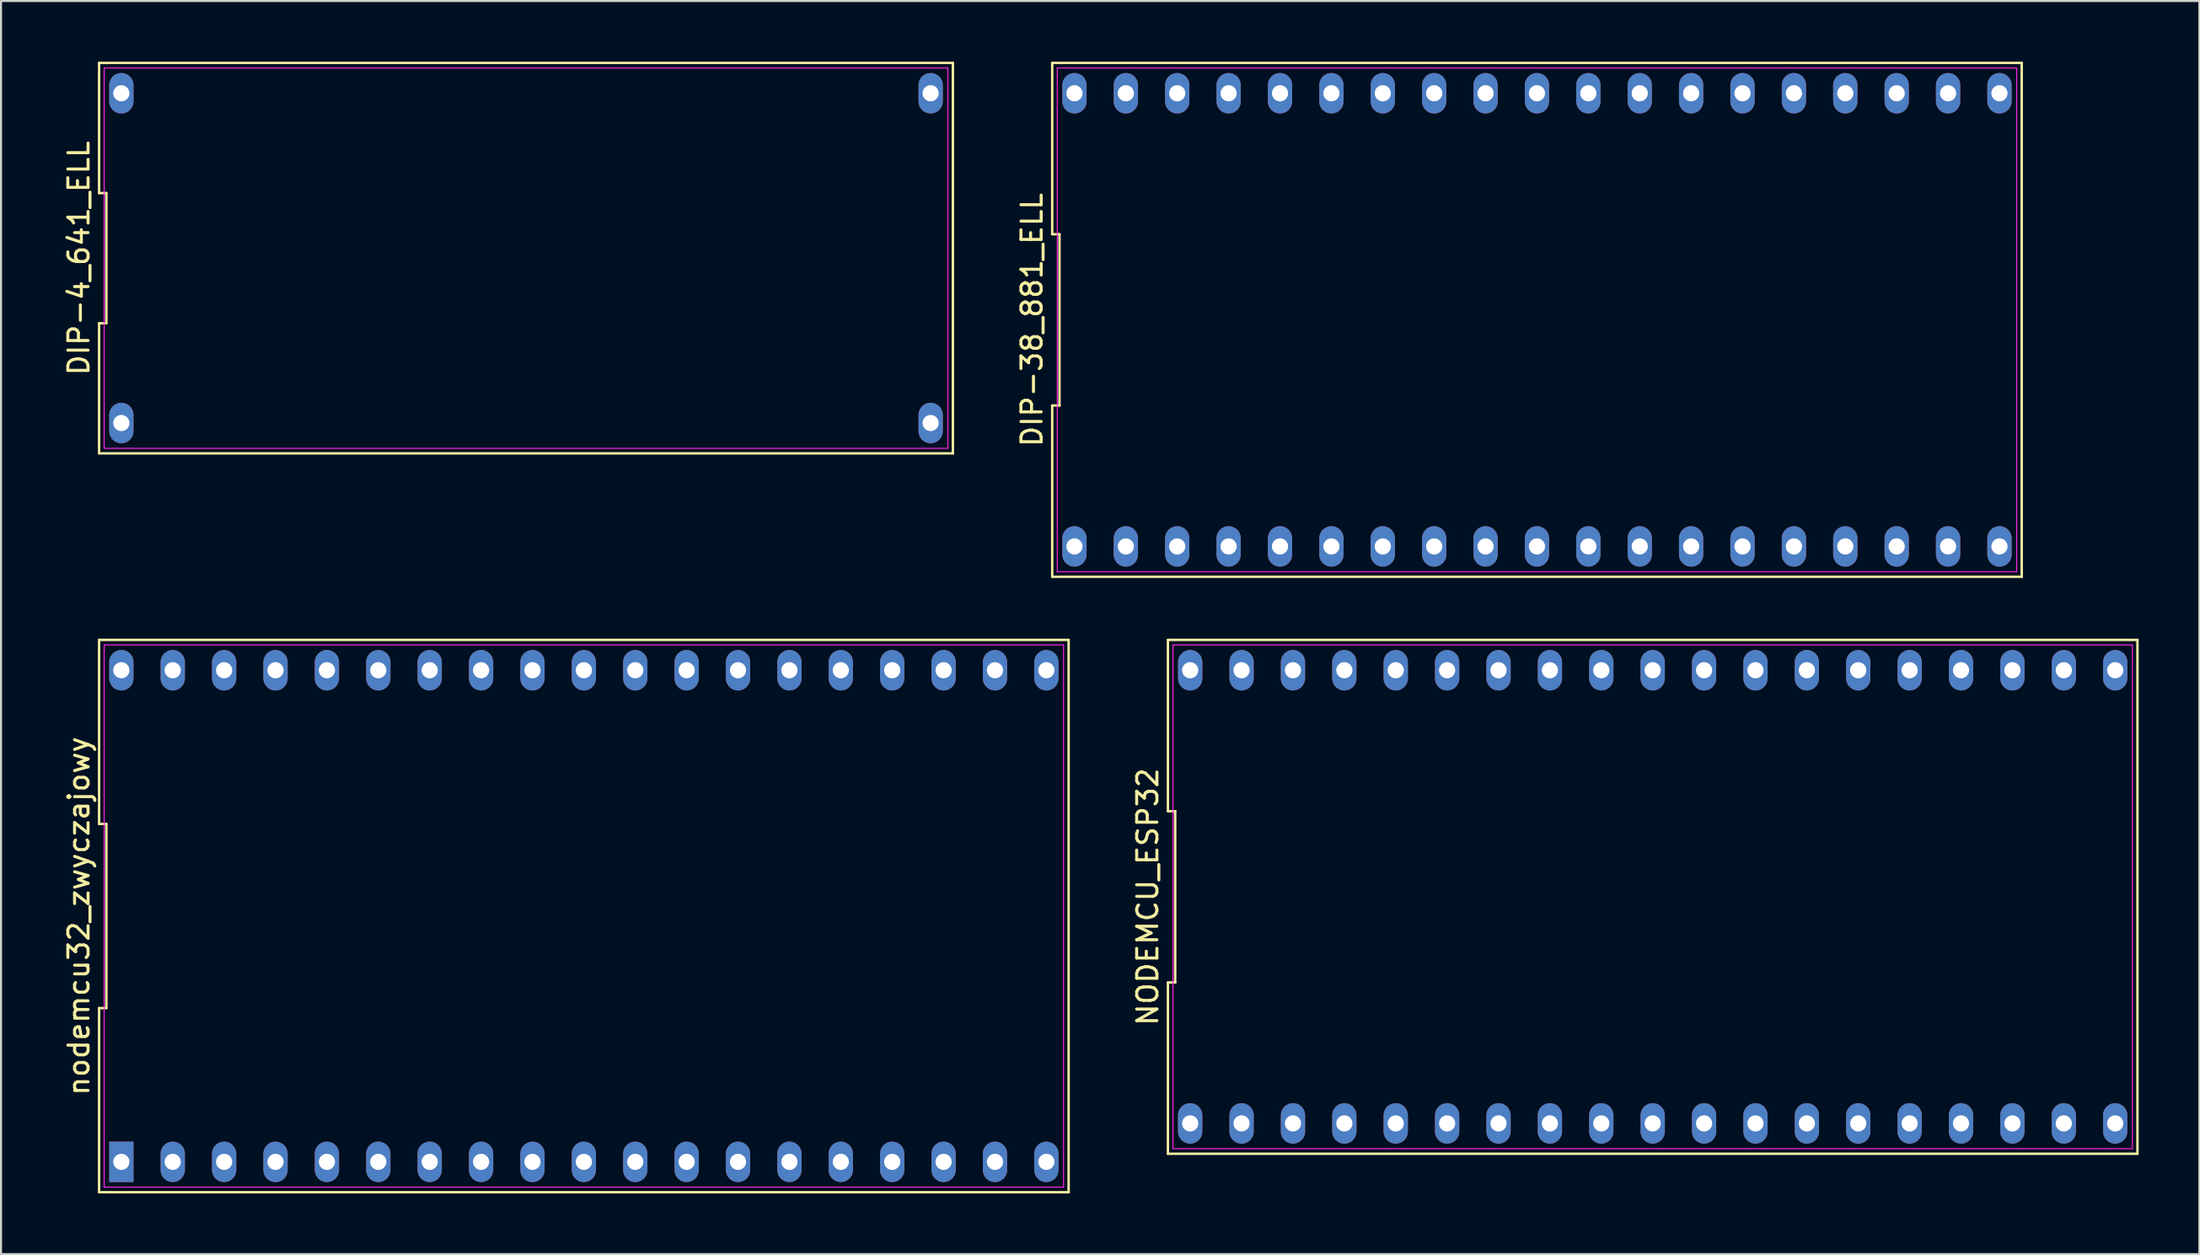
<source format=kicad_pcb>
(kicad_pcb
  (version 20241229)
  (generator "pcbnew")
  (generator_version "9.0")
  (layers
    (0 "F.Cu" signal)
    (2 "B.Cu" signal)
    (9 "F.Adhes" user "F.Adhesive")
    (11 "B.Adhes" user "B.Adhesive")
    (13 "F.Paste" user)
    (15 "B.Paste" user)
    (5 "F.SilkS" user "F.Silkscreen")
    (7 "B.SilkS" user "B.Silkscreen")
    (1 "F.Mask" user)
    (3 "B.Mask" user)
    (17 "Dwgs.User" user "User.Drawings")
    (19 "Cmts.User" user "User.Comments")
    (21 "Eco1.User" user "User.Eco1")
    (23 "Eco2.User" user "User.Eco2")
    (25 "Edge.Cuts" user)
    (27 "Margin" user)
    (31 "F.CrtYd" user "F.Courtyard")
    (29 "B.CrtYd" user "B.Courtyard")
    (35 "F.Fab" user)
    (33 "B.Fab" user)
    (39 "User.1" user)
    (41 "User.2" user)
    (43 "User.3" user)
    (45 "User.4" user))
  (footprint "NODEMCU_ESP32"
    (layer "F.Cu")
    (at 78.636 41.28)
    (property "Reference" "NODEMCU_ESP32" (at -24.96 0 90) (layer "F.SilkS") (effects (font (size 1 1) (thickness 0.15))))
    (attr through_hole)
    (fp_line (start -23.96 -12.7) (end -23.96 -4.233) (stroke (width 0.12) (type solid)) (layer "F.SilkS"))
    (fp_line (start -23.96 -4.233) (end -23.6 -4.233) (stroke (width 0.12) (type solid)) (layer "F.SilkS"))
    (fp_line (start -23.96 4.233) (end -23.96 12.7) (stroke (width 0.12) (type solid)) (layer "F.SilkS"))
    (fp_line (start -23.96 12.7) (end 23.96 12.7) (stroke (width 0.12) (type solid)) (layer "F.SilkS"))
    (fp_line (start -23.6 -4.233) (end -23.6 4.233) (stroke (width 0.12) (type solid)) (layer "F.SilkS"))
    (fp_line (start -23.6 4.233) (end -23.96 4.233) (stroke (width 0.12) (type solid)) (layer "F.SilkS"))
    (fp_line (start 23.96 -12.7) (end -23.96 -12.7) (stroke (width 0.12) (type solid)) (layer "F.SilkS"))
    (fp_line (start 23.96 12.7) (end 23.96 -12.7) (stroke (width 0.12) (type solid)) (layer "F.SilkS"))
    (fp_line (start -23.71 -12.45) (end 23.71 -12.45) (stroke (width 0.05) (type solid)) (layer "F.CrtYd"))
    (fp_line (start -23.71 12.45) (end -23.71 -12.45) (stroke (width 0.05) (type solid)) (layer "F.CrtYd"))
    (fp_line (start 23.71 -12.45) (end 23.71 12.45) (stroke (width 0.05) (type solid)) (layer "F.CrtYd"))
    (fp_line (start 23.71 12.45) (end -23.71 12.45) (stroke (width 0.05) (type solid)) (layer "F.CrtYd"))
    (pad "1" thru_hole oval (at -22.86 11.2) (size 1.2 2) (drill 0.8) (layers "*.Cu" "*.Mask"))
    (pad "2" thru_hole oval (at -20.32 11.2) (size 1.2 2) (drill 0.8) (layers "*.Cu" "*.Mask"))
    (pad "3" thru_hole oval (at -17.78 11.2) (size 1.2 2) (drill 0.8) (layers "*.Cu" "*.Mask"))
    (pad "4" thru_hole oval (at -15.24 11.2) (size 1.2 2) (drill 0.8) (layers "*.Cu" "*.Mask"))
    (pad "5" thru_hole oval (at -12.7 11.2) (size 1.2 2) (drill 0.8) (layers "*.Cu" "*.Mask"))
    (pad "6" thru_hole oval (at -10.16 11.2) (size 1.2 2) (drill 0.8) (layers "*.Cu" "*.Mask"))
    (pad "7" thru_hole oval (at -7.62 11.2) (size 1.2 2) (drill 0.8) (layers "*.Cu" "*.Mask"))
    (pad "8" thru_hole oval (at -5.08 11.2) (size 1.2 2) (drill 0.8) (layers "*.Cu" "*.Mask"))
    (pad "9" thru_hole oval (at -2.54 11.2) (size 1.2 2) (drill 0.8) (layers "*.Cu" "*.Mask"))
    (pad "10" thru_hole oval (at 0 11.2) (size 1.2 2) (drill 0.8) (layers "*.Cu" "*.Mask"))
    (pad "11" thru_hole oval (at 2.54 11.2) (size 1.2 2) (drill 0.8) (layers "*.Cu" "*.Mask"))
    (pad "12" thru_hole oval (at 5.08 11.2) (size 1.2 2) (drill 0.8) (layers "*.Cu" "*.Mask"))
    (pad "13" thru_hole oval (at 7.62 11.2) (size 1.2 2) (drill 0.8) (layers "*.Cu" "*.Mask"))
    (pad "14" thru_hole oval (at 10.16 11.2) (size 1.2 2) (drill 0.8) (layers "*.Cu" "*.Mask"))
    (pad "15" thru_hole oval (at 12.7 11.2) (size 1.2 2) (drill 0.8) (layers "*.Cu" "*.Mask"))
    (pad "16" thru_hole oval (at 15.24 11.2) (size 1.2 2) (drill 0.8) (layers "*.Cu" "*.Mask"))
    (pad "17" thru_hole oval (at 17.78 11.2) (size 1.2 2) (drill 0.8) (layers "*.Cu" "*.Mask"))
    (pad "18" thru_hole oval (at 20.32 11.2) (size 1.2 2) (drill 0.8) (layers "*.Cu" "*.Mask"))
    (pad "19" thru_hole oval (at 22.86 11.2) (size 1.2 2) (drill 0.8) (layers "*.Cu" "*.Mask"))
    (pad "20" thru_hole oval (at 22.86 -11.2) (size 1.2 2) (drill 0.8) (layers "*.Cu" "*.Mask"))
    (pad "21" thru_hole oval (at 20.32 -11.2) (size 1.2 2) (drill 0.8) (layers "*.Cu" "*.Mask"))
    (pad "22" thru_hole oval (at 17.78 -11.2) (size 1.2 2) (drill 0.8) (layers "*.Cu" "*.Mask"))
    (pad "23" thru_hole oval (at 15.24 -11.2) (size 1.2 2) (drill 0.8) (layers "*.Cu" "*.Mask"))
    (pad "24" thru_hole oval (at 12.7 -11.2) (size 1.2 2) (drill 0.8) (layers "*.Cu" "*.Mask"))
    (pad "25" thru_hole oval (at 10.16 -11.2) (size 1.2 2) (drill 0.8) (layers "*.Cu" "*.Mask"))
    (pad "26" thru_hole oval (at 7.62 -11.2) (size 1.2 2) (drill 0.8) (layers "*.Cu" "*.Mask"))
    (pad "27" thru_hole oval (at 5.08 -11.2) (size 1.2 2) (drill 0.8) (layers "*.Cu" "*.Mask"))
    (pad "28" thru_hole oval (at 2.54 -11.2) (size 1.2 2) (drill 0.8) (layers "*.Cu" "*.Mask"))
    (pad "29" thru_hole oval (at 0 -11.2) (size 1.2 2) (drill 0.8) (layers "*.Cu" "*.Mask"))
    (pad "30" thru_hole oval (at -2.54 -11.2) (size 1.2 2) (drill 0.8) (layers "*.Cu" "*.Mask"))
    (pad "31" thru_hole oval (at -5.08 -11.2) (size 1.2 2) (drill 0.8) (layers "*.Cu" "*.Mask"))
    (pad "32" thru_hole oval (at -7.62 -11.2) (size 1.2 2) (drill 0.8) (layers "*.Cu" "*.Mask"))
    (pad "33" thru_hole oval (at -10.16 -11.2) (size 1.2 2) (drill 0.8) (layers "*.Cu" "*.Mask"))
    (pad "34" thru_hole oval (at -12.7 -11.2) (size 1.2 2) (drill 0.8) (layers "*.Cu" "*.Mask"))
    (pad "35" thru_hole oval (at -15.24 -11.2) (size 1.2 2) (drill 0.8) (layers "*.Cu" "*.Mask"))
    (pad "36" thru_hole oval (at -17.78 -11.2) (size 1.2 2) (drill 0.8) (layers "*.Cu" "*.Mask"))
    (pad "37" thru_hole oval (at -20.32 -11.2) (size 1.2 2) (drill 0.8) (layers "*.Cu" "*.Mask"))
    (pad "38" thru_hole oval (at -22.86 -11.2) (size 1.2 2) (drill 0.8) (layers "*.Cu" "*.Mask")))
  (footprint "DIP-4_641_ELL"
    (layer "F.Cu")
    (at 22.948 9.71)
    (property "Reference" "DIP-4_641_ELL" (at -22.1 0 90) (layer "F.SilkS") (effects (font (size 1 1) (thickness 0.15))))
    (attr through_hole)
    (fp_line (start -21.1 -9.65) (end -21.1 -3.217) (stroke (width 0.12) (type solid)) (layer "F.SilkS"))
    (fp_line (start -21.1 -3.217) (end -20.74 -3.217) (stroke (width 0.12) (type solid)) (layer "F.SilkS"))
    (fp_line (start -21.1 3.217) (end -21.1 9.65) (stroke (width 0.12) (type solid)) (layer "F.SilkS"))
    (fp_line (start -21.1 9.65) (end 21.1 9.65) (stroke (width 0.12) (type solid)) (layer "F.SilkS"))
    (fp_line (start -20.74 -3.217) (end -20.74 3.217) (stroke (width 0.12) (type solid)) (layer "F.SilkS"))
    (fp_line (start -20.74 3.217) (end -21.1 3.217) (stroke (width 0.12) (type solid)) (layer "F.SilkS"))
    (fp_line (start 21.1 -9.65) (end -21.1 -9.65) (stroke (width 0.12) (type solid)) (layer "F.SilkS"))
    (fp_line (start 21.1 9.65) (end 21.1 -9.65) (stroke (width 0.12) (type solid)) (layer "F.SilkS"))
    (fp_line (start -20.85 -9.4) (end 20.85 -9.4) (stroke (width 0.05) (type solid)) (layer "F.CrtYd"))
    (fp_line (start -20.85 9.4) (end -20.85 -9.4) (stroke (width 0.05) (type solid)) (layer "F.CrtYd"))
    (fp_line (start 20.85 -9.4) (end 20.85 9.4) (stroke (width 0.05) (type solid)) (layer "F.CrtYd"))
    (fp_line (start 20.85 9.4) (end -20.85 9.4) (stroke (width 0.05) (type solid)) (layer "F.CrtYd"))
    (pad "1" thru_hole oval (at -20 8.15) (size 1.2 2) (drill 0.8) (layers "*.Cu" "*.Mask"))
    (pad "2" thru_hole oval (at 20 8.15) (size 1.2 2) (drill 0.8) (layers "*.Cu" "*.Mask"))
    (pad "3" thru_hole oval (at 20 -8.15) (size 1.2 2) (drill 0.8) (layers "*.Cu" "*.Mask"))
    (pad "4" thru_hole oval (at -20 -8.15) (size 1.2 2) (drill 0.8) (layers "*.Cu" "*.Mask")))
  (footprint "nodemcu32_zwyczajowy"
    (layer "F.Cu")
    (at 25.808 42.23)
    (property "Reference" "nodemcu32_zwyczajowy" (at -24.96 0 90) (layer "F.SilkS") (effects (font (size 1 1) (thickness 0.15))))
    (attr through_hole)
    (fp_line (start -23.96 -13.65) (end -23.96 -4.55) (stroke (width 0.12) (type solid)) (layer "F.SilkS"))
    (fp_line (start -23.96 -4.55) (end -23.6 -4.55) (stroke (width 0.12) (type solid)) (layer "F.SilkS"))
    (fp_line (start -23.96 4.55) (end -23.96 13.65) (stroke (width 0.12) (type solid)) (layer "F.SilkS"))
    (fp_line (start -23.96 13.65) (end 23.96 13.65) (stroke (width 0.12) (type solid)) (layer "F.SilkS"))
    (fp_line (start -23.6 -4.55) (end -23.6 4.55) (stroke (width 0.12) (type solid)) (layer "F.SilkS"))
    (fp_line (start -23.6 4.55) (end -23.96 4.55) (stroke (width 0.12) (type solid)) (layer "F.SilkS"))
    (fp_line (start 23.96 -13.65) (end -23.96 -13.65) (stroke (width 0.12) (type solid)) (layer "F.SilkS"))
    (fp_line (start 23.96 13.65) (end 23.96 -13.65) (stroke (width 0.12) (type solid)) (layer "F.SilkS"))
    (fp_line (start -23.71 -13.4) (end 23.71 -13.4) (stroke (width 0.05) (type solid)) (layer "F.CrtYd"))
    (fp_line (start -23.71 13.4) (end -23.71 -13.4) (stroke (width 0.05) (type solid)) (layer "F.CrtYd"))
    (fp_line (start 23.71 -13.4) (end 23.71 13.4) (stroke (width 0.05) (type solid)) (layer "F.CrtYd"))
    (fp_line (start 23.71 13.4) (end -23.71 13.4) (stroke (width 0.05) (type solid)) (layer "F.CrtYd"))
    (pad "1" thru_hole rect (at -22.86 12.15) (size 1.2 2) (drill 0.8) (layers "*.Cu" "*.Mask"))
    (pad "2" thru_hole oval (at -20.32 12.15) (size 1.2 2) (drill 0.8) (layers "*.Cu" "*.Mask"))
    (pad "3" thru_hole oval (at -17.78 12.15) (size 1.2 2) (drill 0.8) (layers "*.Cu" "*.Mask"))
    (pad "4" thru_hole oval (at -15.24 12.15) (size 1.2 2) (drill 0.8) (layers "*.Cu" "*.Mask"))
    (pad "5" thru_hole oval (at -12.7 12.15) (size 1.2 2) (drill 0.8) (layers "*.Cu" "*.Mask"))
    (pad "6" thru_hole oval (at -10.16 12.15) (size 1.2 2) (drill 0.8) (layers "*.Cu" "*.Mask"))
    (pad "7" thru_hole oval (at -7.62 12.15) (size 1.2 2) (drill 0.8) (layers "*.Cu" "*.Mask"))
    (pad "8" thru_hole oval (at -5.08 12.15) (size 1.2 2) (drill 0.8) (layers "*.Cu" "*.Mask"))
    (pad "9" thru_hole oval (at -2.54 12.15) (size 1.2 2) (drill 0.8) (layers "*.Cu" "*.Mask"))
    (pad "10" thru_hole oval (at 0 12.15) (size 1.2 2) (drill 0.8) (layers "*.Cu" "*.Mask"))
    (pad "11" thru_hole oval (at 2.54 12.15) (size 1.2 2) (drill 0.8) (layers "*.Cu" "*.Mask"))
    (pad "12" thru_hole oval (at 5.08 12.15) (size 1.2 2) (drill 0.8) (layers "*.Cu" "*.Mask"))
    (pad "13" thru_hole oval (at 7.62 12.15) (size 1.2 2) (drill 0.8) (layers "*.Cu" "*.Mask"))
    (pad "14" thru_hole oval (at 10.16 12.15) (size 1.2 2) (drill 0.8) (layers "*.Cu" "*.Mask"))
    (pad "15" thru_hole oval (at 12.7 12.15) (size 1.2 2) (drill 0.8) (layers "*.Cu" "*.Mask"))
    (pad "16" thru_hole oval (at 15.24 12.15) (size 1.2 2) (drill 0.8) (layers "*.Cu" "*.Mask"))
    (pad "17" thru_hole oval (at 17.78 12.15) (size 1.2 2) (drill 0.8) (layers "*.Cu" "*.Mask"))
    (pad "18" thru_hole oval (at 20.32 12.15) (size 1.2 2) (drill 0.8) (layers "*.Cu" "*.Mask"))
    (pad "19" thru_hole oval (at 22.86 12.15) (size 1.2 2) (drill 0.8) (layers "*.Cu" "*.Mask"))
    (pad "20" thru_hole oval (at 22.86 -12.15) (size 1.2 2) (drill 0.8) (layers "*.Cu" "*.Mask"))
    (pad "21" thru_hole oval (at 20.32 -12.15) (size 1.2 2) (drill 0.8) (layers "*.Cu" "*.Mask"))
    (pad "22" thru_hole oval (at 17.78 -12.15) (size 1.2 2) (drill 0.8) (layers "*.Cu" "*.Mask"))
    (pad "23" thru_hole oval (at 15.24 -12.15) (size 1.2 2) (drill 0.8) (layers "*.Cu" "*.Mask"))
    (pad "24" thru_hole oval (at 12.7 -12.15) (size 1.2 2) (drill 0.8) (layers "*.Cu" "*.Mask"))
    (pad "25" thru_hole oval (at 10.16 -12.15) (size 1.2 2) (drill 0.8) (layers "*.Cu" "*.Mask"))
    (pad "26" thru_hole oval (at 7.62 -12.15) (size 1.2 2) (drill 0.8) (layers "*.Cu" "*.Mask"))
    (pad "27" thru_hole oval (at 5.08 -12.15) (size 1.2 2) (drill 0.8) (layers "*.Cu" "*.Mask"))
    (pad "28" thru_hole oval (at 2.54 -12.15) (size 1.2 2) (drill 0.8) (layers "*.Cu" "*.Mask"))
    (pad "29" thru_hole oval (at 0 -12.15) (size 1.2 2) (drill 0.8) (layers "*.Cu" "*.Mask"))
    (pad "30" thru_hole oval (at -2.54 -12.15) (size 1.2 2) (drill 0.8) (layers "*.Cu" "*.Mask"))
    (pad "31" thru_hole oval (at -5.08 -12.15) (size 1.2 2) (drill 0.8) (layers "*.Cu" "*.Mask"))
    (pad "32" thru_hole oval (at -7.62 -12.15) (size 1.2 2) (drill 0.8) (layers "*.Cu" "*.Mask"))
    (pad "33" thru_hole oval (at -10.16 -12.15) (size 1.2 2) (drill 0.8) (layers "*.Cu" "*.Mask"))
    (pad "34" thru_hole oval (at -12.7 -12.15) (size 1.2 2) (drill 0.8) (layers "*.Cu" "*.Mask"))
    (pad "35" thru_hole oval (at -15.24 -12.15) (size 1.2 2) (drill 0.8) (layers "*.Cu" "*.Mask"))
    (pad "36" thru_hole oval (at -17.78 -12.15) (size 1.2 2) (drill 0.8) (layers "*.Cu" "*.Mask"))
    (pad "37" thru_hole oval (at -20.32 -12.15) (size 1.2 2) (drill 0.8) (layers "*.Cu" "*.Mask"))
    (pad "38" thru_hole oval (at -22.86 -12.15) (size 1.2 2) (drill 0.8) (layers "*.Cu" "*.Mask")))
  (footprint "DIP-38_881_ELL"
    (layer "F.Cu")
    (at 72.916 12.76)
    (property "Reference" "DIP-38_881_ELL" (at -24.96 0 90) (layer "F.SilkS") (effects (font (size 1 1) (thickness 0.15))))
    (attr through_hole)
    (fp_line (start -23.96 -12.7) (end -23.96 -4.233) (stroke (width 0.12) (type solid)) (layer "F.SilkS"))
    (fp_line (start -23.96 -4.233) (end -23.6 -4.233) (stroke (width 0.12) (type solid)) (layer "F.SilkS"))
    (fp_line (start -23.96 4.233) (end -23.96 12.7) (stroke (width 0.12) (type solid)) (layer "F.SilkS"))
    (fp_line (start -23.96 12.7) (end 23.96 12.7) (stroke (width 0.12) (type solid)) (layer "F.SilkS"))
    (fp_line (start -23.6 -4.233) (end -23.6 4.233) (stroke (width 0.12) (type solid)) (layer "F.SilkS"))
    (fp_line (start -23.6 4.233) (end -23.96 4.233) (stroke (width 0.12) (type solid)) (layer "F.SilkS"))
    (fp_line (start 23.96 -12.7) (end -23.96 -12.7) (stroke (width 0.12) (type solid)) (layer "F.SilkS"))
    (fp_line (start 23.96 12.7) (end 23.96 -12.7) (stroke (width 0.12) (type solid)) (layer "F.SilkS"))
    (fp_line (start -23.71 -12.45) (end 23.71 -12.45) (stroke (width 0.05) (type solid)) (layer "F.CrtYd"))
    (fp_line (start -23.71 12.45) (end -23.71 -12.45) (stroke (width 0.05) (type solid)) (layer "F.CrtYd"))
    (fp_line (start 23.71 -12.45) (end 23.71 12.45) (stroke (width 0.05) (type solid)) (layer "F.CrtYd"))
    (fp_line (start 23.71 12.45) (end -23.71 12.45) (stroke (width 0.05) (type solid)) (layer "F.CrtYd"))
    (pad "1" thru_hole oval (at -22.86 11.2) (size 1.2 2) (drill 0.8) (layers "*.Cu" "*.Mask"))
    (pad "2" thru_hole oval (at -20.32 11.2) (size 1.2 2) (drill 0.8) (layers "*.Cu" "*.Mask"))
    (pad "3" thru_hole oval (at -17.78 11.2) (size 1.2 2) (drill 0.8) (layers "*.Cu" "*.Mask"))
    (pad "4" thru_hole oval (at -15.24 11.2) (size 1.2 2) (drill 0.8) (layers "*.Cu" "*.Mask"))
    (pad "5" thru_hole oval (at -12.7 11.2) (size 1.2 2) (drill 0.8) (layers "*.Cu" "*.Mask"))
    (pad "6" thru_hole oval (at -10.16 11.2) (size 1.2 2) (drill 0.8) (layers "*.Cu" "*.Mask"))
    (pad "7" thru_hole oval (at -7.62 11.2) (size 1.2 2) (drill 0.8) (layers "*.Cu" "*.Mask"))
    (pad "8" thru_hole oval (at -5.08 11.2) (size 1.2 2) (drill 0.8) (layers "*.Cu" "*.Mask"))
    (pad "9" thru_hole oval (at -2.54 11.2) (size 1.2 2) (drill 0.8) (layers "*.Cu" "*.Mask"))
    (pad "10" thru_hole oval (at 0 11.2) (size 1.2 2) (drill 0.8) (layers "*.Cu" "*.Mask"))
    (pad "11" thru_hole oval (at 2.54 11.2) (size 1.2 2) (drill 0.8) (layers "*.Cu" "*.Mask"))
    (pad "12" thru_hole oval (at 5.08 11.2) (size 1.2 2) (drill 0.8) (layers "*.Cu" "*.Mask"))
    (pad "13" thru_hole oval (at 7.62 11.2) (size 1.2 2) (drill 0.8) (layers "*.Cu" "*.Mask"))
    (pad "14" thru_hole oval (at 10.16 11.2) (size 1.2 2) (drill 0.8) (layers "*.Cu" "*.Mask"))
    (pad "15" thru_hole oval (at 12.7 11.2) (size 1.2 2) (drill 0.8) (layers "*.Cu" "*.Mask"))
    (pad "16" thru_hole oval (at 15.24 11.2) (size 1.2 2) (drill 0.8) (layers "*.Cu" "*.Mask"))
    (pad "17" thru_hole oval (at 17.78 11.2) (size 1.2 2) (drill 0.8) (layers "*.Cu" "*.Mask"))
    (pad "18" thru_hole oval (at 20.32 11.2) (size 1.2 2) (drill 0.8) (layers "*.Cu" "*.Mask"))
    (pad "19" thru_hole oval (at 22.86 11.2) (size 1.2 2) (drill 0.8) (layers "*.Cu" "*.Mask"))
    (pad "20" thru_hole oval (at 22.86 -11.2) (size 1.2 2) (drill 0.8) (layers "*.Cu" "*.Mask"))
    (pad "21" thru_hole oval (at 20.32 -11.2) (size 1.2 2) (drill 0.8) (layers "*.Cu" "*.Mask"))
    (pad "22" thru_hole oval (at 17.78 -11.2) (size 1.2 2) (drill 0.8) (layers "*.Cu" "*.Mask"))
    (pad "23" thru_hole oval (at 15.24 -11.2) (size 1.2 2) (drill 0.8) (layers "*.Cu" "*.Mask"))
    (pad "24" thru_hole oval (at 12.7 -11.2) (size 1.2 2) (drill 0.8) (layers "*.Cu" "*.Mask"))
    (pad "25" thru_hole oval (at 10.16 -11.2) (size 1.2 2) (drill 0.8) (layers "*.Cu" "*.Mask"))
    (pad "26" thru_hole oval (at 7.62 -11.2) (size 1.2 2) (drill 0.8) (layers "*.Cu" "*.Mask"))
    (pad "27" thru_hole oval (at 5.08 -11.2) (size 1.2 2) (drill 0.8) (layers "*.Cu" "*.Mask"))
    (pad "28" thru_hole oval (at 2.54 -11.2) (size 1.2 2) (drill 0.8) (layers "*.Cu" "*.Mask"))
    (pad "29" thru_hole oval (at 0 -11.2) (size 1.2 2) (drill 0.8) (layers "*.Cu" "*.Mask"))
    (pad "30" thru_hole oval (at -2.54 -11.2) (size 1.2 2) (drill 0.8) (layers "*.Cu" "*.Mask"))
    (pad "31" thru_hole oval (at -5.08 -11.2) (size 1.2 2) (drill 0.8) (layers "*.Cu" "*.Mask"))
    (pad "32" thru_hole oval (at -7.62 -11.2) (size 1.2 2) (drill 0.8) (layers "*.Cu" "*.Mask"))
    (pad "33" thru_hole oval (at -10.16 -11.2) (size 1.2 2) (drill 0.8) (layers "*.Cu" "*.Mask"))
    (pad "34" thru_hole oval (at -12.7 -11.2) (size 1.2 2) (drill 0.8) (layers "*.Cu" "*.Mask"))
    (pad "35" thru_hole oval (at -15.24 -11.2) (size 1.2 2) (drill 0.8) (layers "*.Cu" "*.Mask"))
    (pad "36" thru_hole oval (at -17.78 -11.2) (size 1.2 2) (drill 0.8) (layers "*.Cu" "*.Mask"))
    (pad "37" thru_hole oval (at -20.32 -11.2) (size 1.2 2) (drill 0.8) (layers "*.Cu" "*.Mask"))
    (pad "38" thru_hole oval (at -22.86 -11.2) (size 1.2 2) (drill 0.8) (layers "*.Cu" "*.Mask")))
  (gr_rect
    (start -3 -3)
    (end 105.656 58.94)
    (stroke (width 0.1) (type default))
    (fill no)
    (layer "Edge.Cuts")))
</source>
